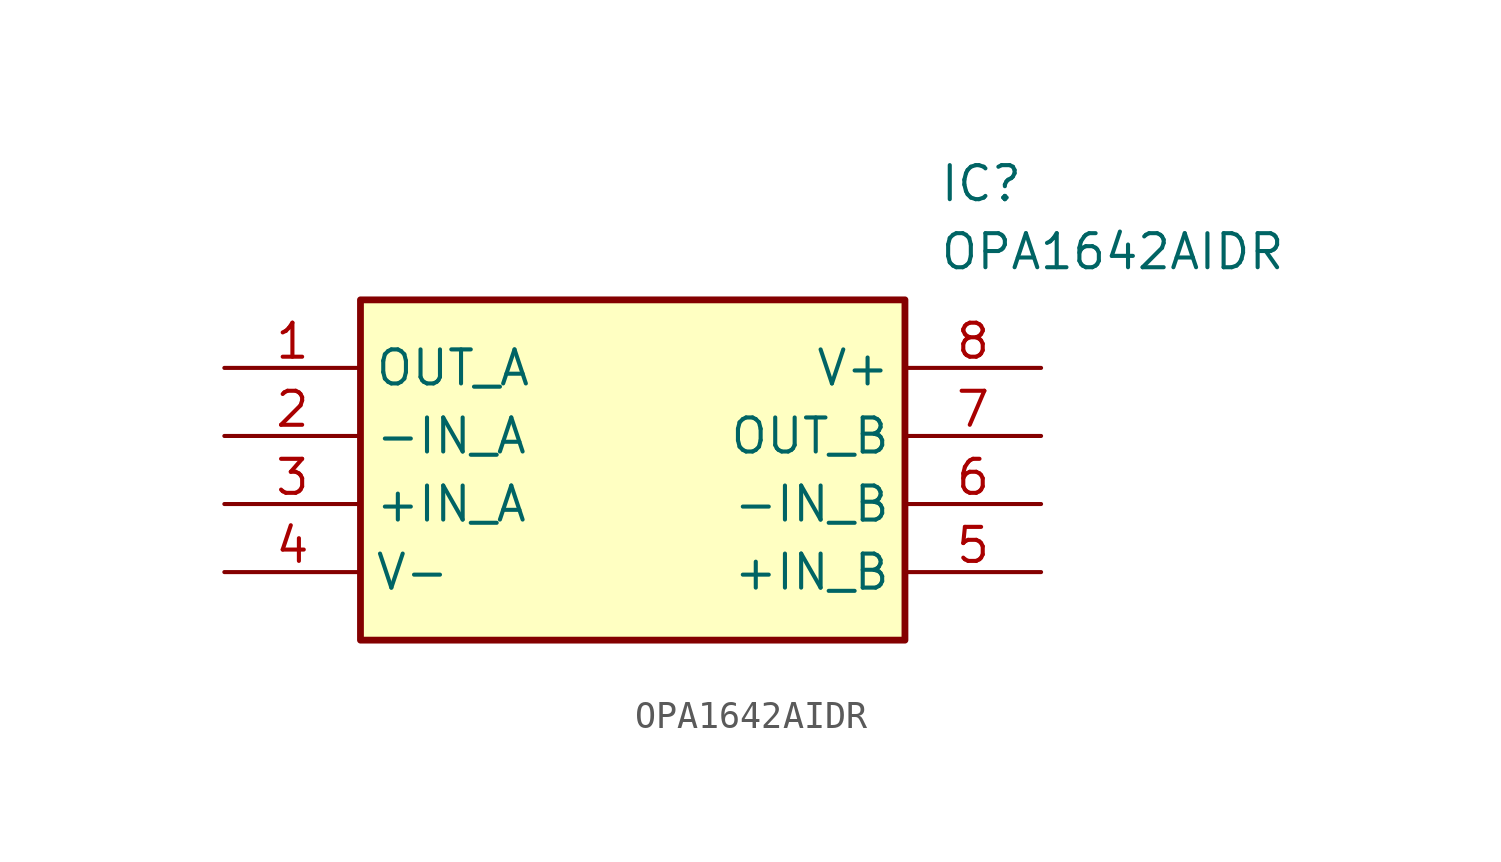
<source format=kicad_sym>
(kicad_symbol_lib
  (version 20231120)
  (generator "kicad_symbol_editor")
  (generator_version "8.0")
  (symbol "OPA1642AIDR"
    (property "Reference" "IC"
      (at 26.67 7.62 0)
      (effects (font (size 1.27 1.27)) (justify left top)))
    (property "Value" "OPA1642AIDR"
      (at 26.67 5.08 0)
      (effects (font (size 1.27 1.27)) (justify left top)))
    (symbol "OPA1642AIDR_1_1"
      (rectangle (start 5.08 2.54) (end 25.4 -10.16) (stroke (width 0.254) (type default)) (fill (type background)))
      (pin passive line (at 0 0 0) (length 5.08) (name "OUT_A" (effects (font (size 1.27 1.27)))) (number "1" (effects (font (size 1.27 1.27)))))
      (pin passive line (at 0 -2.54 0) (length 5.08) (name "-IN_A" (effects (font (size 1.27 1.27)))) (number "2" (effects (font (size 1.27 1.27)))))
      (pin passive line (at 0 -5.08 0) (length 5.08) (name "+IN_A" (effects (font (size 1.27 1.27)))) (number "3" (effects (font (size 1.27 1.27)))))
      (pin passive line (at 0 -7.62 0) (length 5.08) (name "V-" (effects (font (size 1.27 1.27)))) (number "4" (effects (font (size 1.27 1.27)))))
      (pin passive line (at 30.48 -7.62 180) (length 5.08) (name "+IN_B" (effects (font (size 1.27 1.27)))) (number "5" (effects (font (size 1.27 1.27)))))
      (pin passive line (at 30.48 -5.08 180) (length 5.08) (name "-IN_B" (effects (font (size 1.27 1.27)))) (number "6" (effects (font (size 1.27 1.27)))))
      (pin passive line (at 30.48 -2.54 180) (length 5.08) (name "OUT_B" (effects (font (size 1.27 1.27)))) (number "7" (effects (font (size 1.27 1.27)))))
      (pin passive line (at 30.48 0 180) (length 5.08) (name "V+" (effects (font (size 1.27 1.27)))) (number "8" (effects (font (size 1.27 1.27))))))))
</source>
